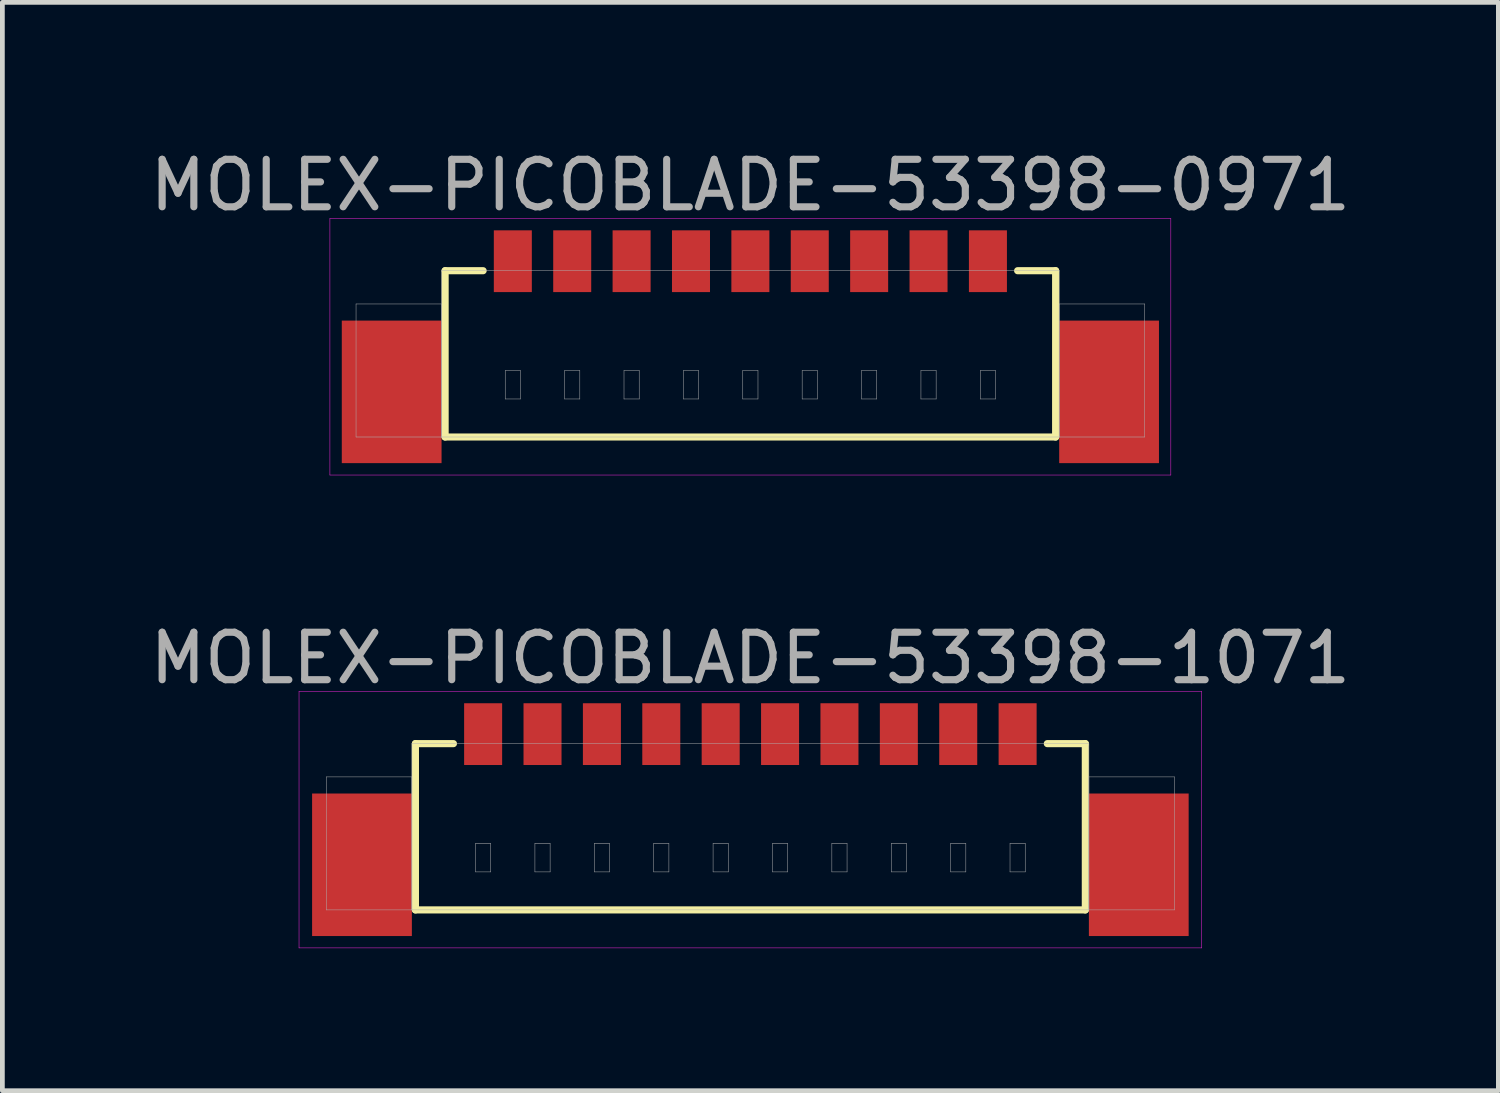
<source format=kicad_pcb>
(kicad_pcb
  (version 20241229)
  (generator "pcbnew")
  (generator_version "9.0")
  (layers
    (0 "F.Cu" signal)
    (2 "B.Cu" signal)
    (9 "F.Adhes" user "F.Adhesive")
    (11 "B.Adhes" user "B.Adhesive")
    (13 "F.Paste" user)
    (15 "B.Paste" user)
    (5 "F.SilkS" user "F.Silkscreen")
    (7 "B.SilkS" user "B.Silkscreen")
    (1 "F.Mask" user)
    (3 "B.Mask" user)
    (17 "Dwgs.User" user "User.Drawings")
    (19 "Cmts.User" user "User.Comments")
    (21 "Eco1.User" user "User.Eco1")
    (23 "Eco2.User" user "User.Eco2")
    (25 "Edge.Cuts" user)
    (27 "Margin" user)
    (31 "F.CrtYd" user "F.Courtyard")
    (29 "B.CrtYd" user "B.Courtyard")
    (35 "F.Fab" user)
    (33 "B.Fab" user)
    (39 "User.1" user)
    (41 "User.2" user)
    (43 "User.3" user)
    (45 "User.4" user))
  (footprint "MOLEX-PICOBLADE-53398-0971"
    (layer "F.Cu")
    (at 12.744 2.448)
    (property "Reference" "MOLEX-PICOBLADE-53398-0971" (at 0 -1.6 0) (layer "F.Fab") (effects (font (size 1 1) (thickness 0.15))))
    (attr smd)
    (fp_line (start -6.425 0.2) (end -6.425 3.7) (stroke (width 0.15) (type solid)) (layer "F.SilkS"))
    (fp_line (start -6.425 3.7) (end 6.425 3.7) (stroke (width 0.15) (type solid)) (layer "F.SilkS"))
    (fp_line (start -5.625 0.2) (end -6.425 0.2) (stroke (width 0.15) (type solid)) (layer "F.SilkS"))
    (fp_line (start 5.625 0.2) (end 6.425 0.2) (stroke (width 0.15) (type solid)) (layer "F.SilkS"))
    (fp_line (start 6.425 3.7) (end 6.425 0.2) (stroke (width 0.15) (type solid)) (layer "F.SilkS"))
    (fp_line (start -8.85 -0.9) (end 8.85 -0.9) (stroke (width 0.01) (type solid)) (layer "F.CrtYd"))
    (fp_line (start -8.85 4.5) (end -8.85 -0.9) (stroke (width 0.01) (type solid)) (layer "F.CrtYd"))
    (fp_line (start 8.85 -0.9) (end 8.85 4.5) (stroke (width 0.01) (type solid)) (layer "F.CrtYd"))
    (fp_line (start 8.85 4.5) (end -8.85 4.5) (stroke (width 0.01) (type solid)) (layer "F.CrtYd"))
    (fp_line (start -8.3 0.9) (end -6.5 0.9) (stroke (width 0.01) (type solid)) (layer "F.Fab"))
    (fp_line (start -8.3 3.7) (end -8.3 0.9) (stroke (width 0.01) (type solid)) (layer "F.Fab"))
    (fp_line (start -6.5 0.2) (end 6.5 0.2) (stroke (width 0.01) (type solid)) (layer "F.Fab"))
    (fp_line (start -6.5 0.9) (end -6.5 3.7) (stroke (width 0.01) (type solid)) (layer "F.Fab"))
    (fp_line (start -6.5 3.7) (end -8.3 3.7) (stroke (width 0.01) (type solid)) (layer "F.Fab"))
    (fp_line (start -6.5 3.7) (end -6.5 0.2) (stroke (width 0.01) (type solid)) (layer "F.Fab"))
    (fp_line (start -5.16 2.3) (end -4.84 2.3) (stroke (width 0.01) (type solid)) (layer "F.Fab"))
    (fp_line (start -5.16 2.9) (end -5.16 2.3) (stroke (width 0.01) (type solid)) (layer "F.Fab"))
    (fp_line (start -4.84 2.3) (end -4.84 2.9) (stroke (width 0.01) (type solid)) (layer "F.Fab"))
    (fp_line (start -4.84 2.9) (end -5.16 2.9) (stroke (width 0.01) (type solid)) (layer "F.Fab"))
    (fp_line (start -3.91 2.3) (end -3.59 2.3) (stroke (width 0.01) (type solid)) (layer "F.Fab"))
    (fp_line (start -3.91 2.9) (end -3.91 2.3) (stroke (width 0.01) (type solid)) (layer "F.Fab"))
    (fp_line (start -3.59 2.3) (end -3.59 2.9) (stroke (width 0.01) (type solid)) (layer "F.Fab"))
    (fp_line (start -3.59 2.9) (end -3.91 2.9) (stroke (width 0.01) (type solid)) (layer "F.Fab"))
    (fp_line (start -2.66 2.3) (end -2.34 2.3) (stroke (width 0.01) (type solid)) (layer "F.Fab"))
    (fp_line (start -2.66 2.9) (end -2.66 2.3) (stroke (width 0.01) (type solid)) (layer "F.Fab"))
    (fp_line (start -2.34 2.3) (end -2.34 2.9) (stroke (width 0.01) (type solid)) (layer "F.Fab"))
    (fp_line (start -2.34 2.9) (end -2.66 2.9) (stroke (width 0.01) (type solid)) (layer "F.Fab"))
    (fp_line (start -1.41 2.3) (end -1.09 2.3) (stroke (width 0.01) (type solid)) (layer "F.Fab"))
    (fp_line (start -1.41 2.9) (end -1.41 2.3) (stroke (width 0.01) (type solid)) (layer "F.Fab"))
    (fp_line (start -1.09 2.3) (end -1.09 2.9) (stroke (width 0.01) (type solid)) (layer "F.Fab"))
    (fp_line (start -1.09 2.9) (end -1.41 2.9) (stroke (width 0.01) (type solid)) (layer "F.Fab"))
    (fp_line (start -0.16 2.3) (end 0.16 2.3) (stroke (width 0.01) (type solid)) (layer "F.Fab"))
    (fp_line (start -0.16 2.9) (end -0.16 2.3) (stroke (width 0.01) (type solid)) (layer "F.Fab"))
    (fp_line (start 0.16 2.3) (end 0.16 2.9) (stroke (width 0.01) (type solid)) (layer "F.Fab"))
    (fp_line (start 0.16 2.9) (end -0.16 2.9) (stroke (width 0.01) (type solid)) (layer "F.Fab"))
    (fp_line (start 1.09 2.3) (end 1.41 2.3) (stroke (width 0.01) (type solid)) (layer "F.Fab"))
    (fp_line (start 1.09 2.9) (end 1.09 2.3) (stroke (width 0.01) (type solid)) (layer "F.Fab"))
    (fp_line (start 1.41 2.3) (end 1.41 2.9) (stroke (width 0.01) (type solid)) (layer "F.Fab"))
    (fp_line (start 1.41 2.9) (end 1.09 2.9) (stroke (width 0.01) (type solid)) (layer "F.Fab"))
    (fp_line (start 2.34 2.3) (end 2.66 2.3) (stroke (width 0.01) (type solid)) (layer "F.Fab"))
    (fp_line (start 2.34 2.9) (end 2.34 2.3) (stroke (width 0.01) (type solid)) (layer "F.Fab"))
    (fp_line (start 2.66 2.3) (end 2.66 2.9) (stroke (width 0.01) (type solid)) (layer "F.Fab"))
    (fp_line (start 2.66 2.9) (end 2.34 2.9) (stroke (width 0.01) (type solid)) (layer "F.Fab"))
    (fp_line (start 3.59 2.3) (end 3.91 2.3) (stroke (width 0.01) (type solid)) (layer "F.Fab"))
    (fp_line (start 3.59 2.9) (end 3.59 2.3) (stroke (width 0.01) (type solid)) (layer "F.Fab"))
    (fp_line (start 3.91 2.3) (end 3.91 2.9) (stroke (width 0.01) (type solid)) (layer "F.Fab"))
    (fp_line (start 3.91 2.9) (end 3.59 2.9) (stroke (width 0.01) (type solid)) (layer "F.Fab"))
    (fp_line (start 4.84 2.3) (end 5.16 2.3) (stroke (width 0.01) (type solid)) (layer "F.Fab"))
    (fp_line (start 4.84 2.9) (end 4.84 2.3) (stroke (width 0.01) (type solid)) (layer "F.Fab"))
    (fp_line (start 5.16 2.3) (end 5.16 2.9) (stroke (width 0.01) (type solid)) (layer "F.Fab"))
    (fp_line (start 5.16 2.9) (end 4.84 2.9) (stroke (width 0.01) (type solid)) (layer "F.Fab"))
    (fp_line (start 6.5 0.2) (end 6.5 3.7) (stroke (width 0.01) (type solid)) (layer "F.Fab"))
    (fp_line (start 6.5 0.9) (end 8.3 0.9) (stroke (width 0.01) (type solid)) (layer "F.Fab"))
    (fp_line (start 6.5 3.7) (end -6.5 3.7) (stroke (width 0.01) (type solid)) (layer "F.Fab"))
    (fp_line (start 6.5 3.7) (end 6.5 0.9) (stroke (width 0.01) (type solid)) (layer "F.Fab"))
    (fp_line (start 8.3 0.9) (end 8.3 3.7) (stroke (width 0.01) (type solid)) (layer "F.Fab"))
    (fp_line (start 8.3 3.7) (end 6.5 3.7) (stroke (width 0.01) (type solid)) (layer "F.Fab"))
    (pad "" smd rect (at -7.55 2.75) (size 2.1 3) (layers "F.Cu" "F.Mask" "F.Paste"))
    (pad "" smd rect (at 7.55 2.75) (size 2.1 3) (layers "F.Cu" "F.Mask" "F.Paste"))
    (pad "1" smd rect (at -5 0) (size 0.8 1.3) (layers "F.Cu" "F.Mask" "F.Paste"))
    (pad "2" smd rect (at -3.75 0) (size 0.8 1.3) (layers "F.Cu" "F.Mask" "F.Paste"))
    (pad "3" smd rect (at -2.5 0) (size 0.8 1.3) (layers "F.Cu" "F.Mask" "F.Paste"))
    (pad "4" smd rect (at -1.25 0) (size 0.8 1.3) (layers "F.Cu" "F.Mask" "F.Paste"))
    (pad "5" smd rect (at 0 0) (size 0.8 1.3) (layers "F.Cu" "F.Mask" "F.Paste"))
    (pad "6" smd rect (at 1.25 0) (size 0.8 1.3) (layers "F.Cu" "F.Mask" "F.Paste"))
    (pad "7" smd rect (at 2.5 0) (size 0.8 1.3) (layers "F.Cu" "F.Mask" "F.Paste"))
    (pad "8" smd rect (at 3.75 0) (size 0.8 1.3) (layers "F.Cu" "F.Mask" "F.Paste"))
    (pad "9" smd rect (at 5 0) (size 0.8 1.3) (layers "F.Cu" "F.Mask" "F.Paste")))
  (footprint "MOLEX-PICOBLADE-53398-1071"
    (layer "F.Cu")
    (at 12.744 12.402)
    (property "Reference" "MOLEX-PICOBLADE-53398-1071" (at 0 -1.6 0) (layer "F.Fab") (effects (font (size 1 1) (thickness 0.15))))
    (attr smd)
    (fp_line (start -7.05 0.2) (end -7.05 3.7) (stroke (width 0.15) (type solid)) (layer "F.SilkS"))
    (fp_line (start -7.05 3.7) (end 7.05 3.7) (stroke (width 0.15) (type solid)) (layer "F.SilkS"))
    (fp_line (start -6.25 0.2) (end -7.05 0.2) (stroke (width 0.15) (type solid)) (layer "F.SilkS"))
    (fp_line (start 6.25 0.2) (end 7.05 0.2) (stroke (width 0.15) (type solid)) (layer "F.SilkS"))
    (fp_line (start 7.05 3.7) (end 7.05 0.2) (stroke (width 0.15) (type solid)) (layer "F.SilkS"))
    (fp_line (start -9.5 -0.9) (end 9.5 -0.9) (stroke (width 0.01) (type solid)) (layer "F.CrtYd"))
    (fp_line (start -9.5 4.5) (end -9.5 -0.9) (stroke (width 0.01) (type solid)) (layer "F.CrtYd"))
    (fp_line (start 9.5 -0.9) (end 9.5 4.5) (stroke (width 0.01) (type solid)) (layer "F.CrtYd"))
    (fp_line (start 9.5 4.5) (end -9.5 4.5) (stroke (width 0.01) (type solid)) (layer "F.CrtYd"))
    (fp_line (start -8.925 0.9) (end -7.125 0.9) (stroke (width 0.01) (type solid)) (layer "F.Fab"))
    (fp_line (start -8.925 3.7) (end -8.925 0.9) (stroke (width 0.01) (type solid)) (layer "F.Fab"))
    (fp_line (start -7.125 0.2) (end 7.125 0.2) (stroke (width 0.01) (type solid)) (layer "F.Fab"))
    (fp_line (start -7.125 0.9) (end -7.125 3.7) (stroke (width 0.01) (type solid)) (layer "F.Fab"))
    (fp_line (start -7.125 3.7) (end -8.925 3.7) (stroke (width 0.01) (type solid)) (layer "F.Fab"))
    (fp_line (start -7.125 3.7) (end -7.125 0.2) (stroke (width 0.01) (type solid)) (layer "F.Fab"))
    (fp_line (start -5.785 2.3) (end -5.465 2.3) (stroke (width 0.01) (type solid)) (layer "F.Fab"))
    (fp_line (start -5.785 2.9) (end -5.785 2.3) (stroke (width 0.01) (type solid)) (layer "F.Fab"))
    (fp_line (start -5.465 2.3) (end -5.465 2.9) (stroke (width 0.01) (type solid)) (layer "F.Fab"))
    (fp_line (start -5.465 2.9) (end -5.785 2.9) (stroke (width 0.01) (type solid)) (layer "F.Fab"))
    (fp_line (start -4.535 2.3) (end -4.215 2.3) (stroke (width 0.01) (type solid)) (layer "F.Fab"))
    (fp_line (start -4.535 2.9) (end -4.535 2.3) (stroke (width 0.01) (type solid)) (layer "F.Fab"))
    (fp_line (start -4.215 2.3) (end -4.215 2.9) (stroke (width 0.01) (type solid)) (layer "F.Fab"))
    (fp_line (start -4.215 2.9) (end -4.535 2.9) (stroke (width 0.01) (type solid)) (layer "F.Fab"))
    (fp_line (start -3.285 2.3) (end -2.965 2.3) (stroke (width 0.01) (type solid)) (layer "F.Fab"))
    (fp_line (start -3.285 2.9) (end -3.285 2.3) (stroke (width 0.01) (type solid)) (layer "F.Fab"))
    (fp_line (start -2.965 2.3) (end -2.965 2.9) (stroke (width 0.01) (type solid)) (layer "F.Fab"))
    (fp_line (start -2.965 2.9) (end -3.285 2.9) (stroke (width 0.01) (type solid)) (layer "F.Fab"))
    (fp_line (start -2.035 2.3) (end -1.715 2.3) (stroke (width 0.01) (type solid)) (layer "F.Fab"))
    (fp_line (start -2.035 2.9) (end -2.035 2.3) (stroke (width 0.01) (type solid)) (layer "F.Fab"))
    (fp_line (start -1.715 2.3) (end -1.715 2.9) (stroke (width 0.01) (type solid)) (layer "F.Fab"))
    (fp_line (start -1.715 2.9) (end -2.035 2.9) (stroke (width 0.01) (type solid)) (layer "F.Fab"))
    (fp_line (start -0.785 2.3) (end -0.465 2.3) (stroke (width 0.01) (type solid)) (layer "F.Fab"))
    (fp_line (start -0.785 2.9) (end -0.785 2.3) (stroke (width 0.01) (type solid)) (layer "F.Fab"))
    (fp_line (start -0.465 2.3) (end -0.465 2.9) (stroke (width 0.01) (type solid)) (layer "F.Fab"))
    (fp_line (start -0.465 2.9) (end -0.785 2.9) (stroke (width 0.01) (type solid)) (layer "F.Fab"))
    (fp_line (start 0.465 2.3) (end 0.785 2.3) (stroke (width 0.01) (type solid)) (layer "F.Fab"))
    (fp_line (start 0.465 2.9) (end 0.465 2.3) (stroke (width 0.01) (type solid)) (layer "F.Fab"))
    (fp_line (start 0.785 2.3) (end 0.785 2.9) (stroke (width 0.01) (type solid)) (layer "F.Fab"))
    (fp_line (start 0.785 2.9) (end 0.465 2.9) (stroke (width 0.01) (type solid)) (layer "F.Fab"))
    (fp_line (start 1.715 2.3) (end 2.035 2.3) (stroke (width 0.01) (type solid)) (layer "F.Fab"))
    (fp_line (start 1.715 2.9) (end 1.715 2.3) (stroke (width 0.01) (type solid)) (layer "F.Fab"))
    (fp_line (start 2.035 2.3) (end 2.035 2.9) (stroke (width 0.01) (type solid)) (layer "F.Fab"))
    (fp_line (start 2.035 2.9) (end 1.715 2.9) (stroke (width 0.01) (type solid)) (layer "F.Fab"))
    (fp_line (start 2.965 2.3) (end 3.285 2.3) (stroke (width 0.01) (type solid)) (layer "F.Fab"))
    (fp_line (start 2.965 2.9) (end 2.965 2.3) (stroke (width 0.01) (type solid)) (layer "F.Fab"))
    (fp_line (start 3.285 2.3) (end 3.285 2.9) (stroke (width 0.01) (type solid)) (layer "F.Fab"))
    (fp_line (start 3.285 2.9) (end 2.965 2.9) (stroke (width 0.01) (type solid)) (layer "F.Fab"))
    (fp_line (start 4.215 2.3) (end 4.535 2.3) (stroke (width 0.01) (type solid)) (layer "F.Fab"))
    (fp_line (start 4.215 2.9) (end 4.215 2.3) (stroke (width 0.01) (type solid)) (layer "F.Fab"))
    (fp_line (start 4.535 2.3) (end 4.535 2.9) (stroke (width 0.01) (type solid)) (layer "F.Fab"))
    (fp_line (start 4.535 2.9) (end 4.215 2.9) (stroke (width 0.01) (type solid)) (layer "F.Fab"))
    (fp_line (start 5.465 2.3) (end 5.785 2.3) (stroke (width 0.01) (type solid)) (layer "F.Fab"))
    (fp_line (start 5.465 2.9) (end 5.465 2.3) (stroke (width 0.01) (type solid)) (layer "F.Fab"))
    (fp_line (start 5.785 2.3) (end 5.785 2.9) (stroke (width 0.01) (type solid)) (layer "F.Fab"))
    (fp_line (start 5.785 2.9) (end 5.465 2.9) (stroke (width 0.01) (type solid)) (layer "F.Fab"))
    (fp_line (start 7.125 0.2) (end 7.125 3.7) (stroke (width 0.01) (type solid)) (layer "F.Fab"))
    (fp_line (start 7.125 0.9) (end 8.925 0.9) (stroke (width 0.01) (type solid)) (layer "F.Fab"))
    (fp_line (start 7.125 3.7) (end -7.125 3.7) (stroke (width 0.01) (type solid)) (layer "F.Fab"))
    (fp_line (start 7.125 3.7) (end 7.125 0.9) (stroke (width 0.01) (type solid)) (layer "F.Fab"))
    (fp_line (start 8.925 0.9) (end 8.925 3.7) (stroke (width 0.01) (type solid)) (layer "F.Fab"))
    (fp_line (start 8.925 3.7) (end 7.125 3.7) (stroke (width 0.01) (type solid)) (layer "F.Fab"))
    (pad "" smd rect (at -8.175 2.75) (size 2.1 3) (layers "F.Cu" "F.Mask" "F.Paste"))
    (pad "" smd rect (at 8.175 2.75) (size 2.1 3) (layers "F.Cu" "F.Mask" "F.Paste"))
    (pad "1" smd rect (at -5.625 0) (size 0.8 1.3) (layers "F.Cu" "F.Mask" "F.Paste"))
    (pad "2" smd rect (at -4.375 0) (size 0.8 1.3) (layers "F.Cu" "F.Mask" "F.Paste"))
    (pad "3" smd rect (at -3.125 0) (size 0.8 1.3) (layers "F.Cu" "F.Mask" "F.Paste"))
    (pad "4" smd rect (at -1.875 0) (size 0.8 1.3) (layers "F.Cu" "F.Mask" "F.Paste"))
    (pad "5" smd rect (at -0.625 0) (size 0.8 1.3) (layers "F.Cu" "F.Mask" "F.Paste"))
    (pad "6" smd rect (at 0.625 0) (size 0.8 1.3) (layers "F.Cu" "F.Mask" "F.Paste"))
    (pad "7" smd rect (at 1.875 0) (size 0.8 1.3) (layers "F.Cu" "F.Mask" "F.Paste"))
    (pad "8" smd rect (at 3.125 0) (size 0.8 1.3) (layers "F.Cu" "F.Mask" "F.Paste"))
    (pad "9" smd rect (at 4.375 0) (size 0.8 1.3) (layers "F.Cu" "F.Mask" "F.Paste"))
    (pad "10" smd rect (at 5.625 0) (size 0.8 1.3) (layers "F.Cu" "F.Mask" "F.Paste")))
  (gr_rect
    (start -3 -3)
    (end 28.488 19.907)
    (stroke (width 0.1) (type default))
    (fill no)
    (layer "Edge.Cuts")))
</source>
